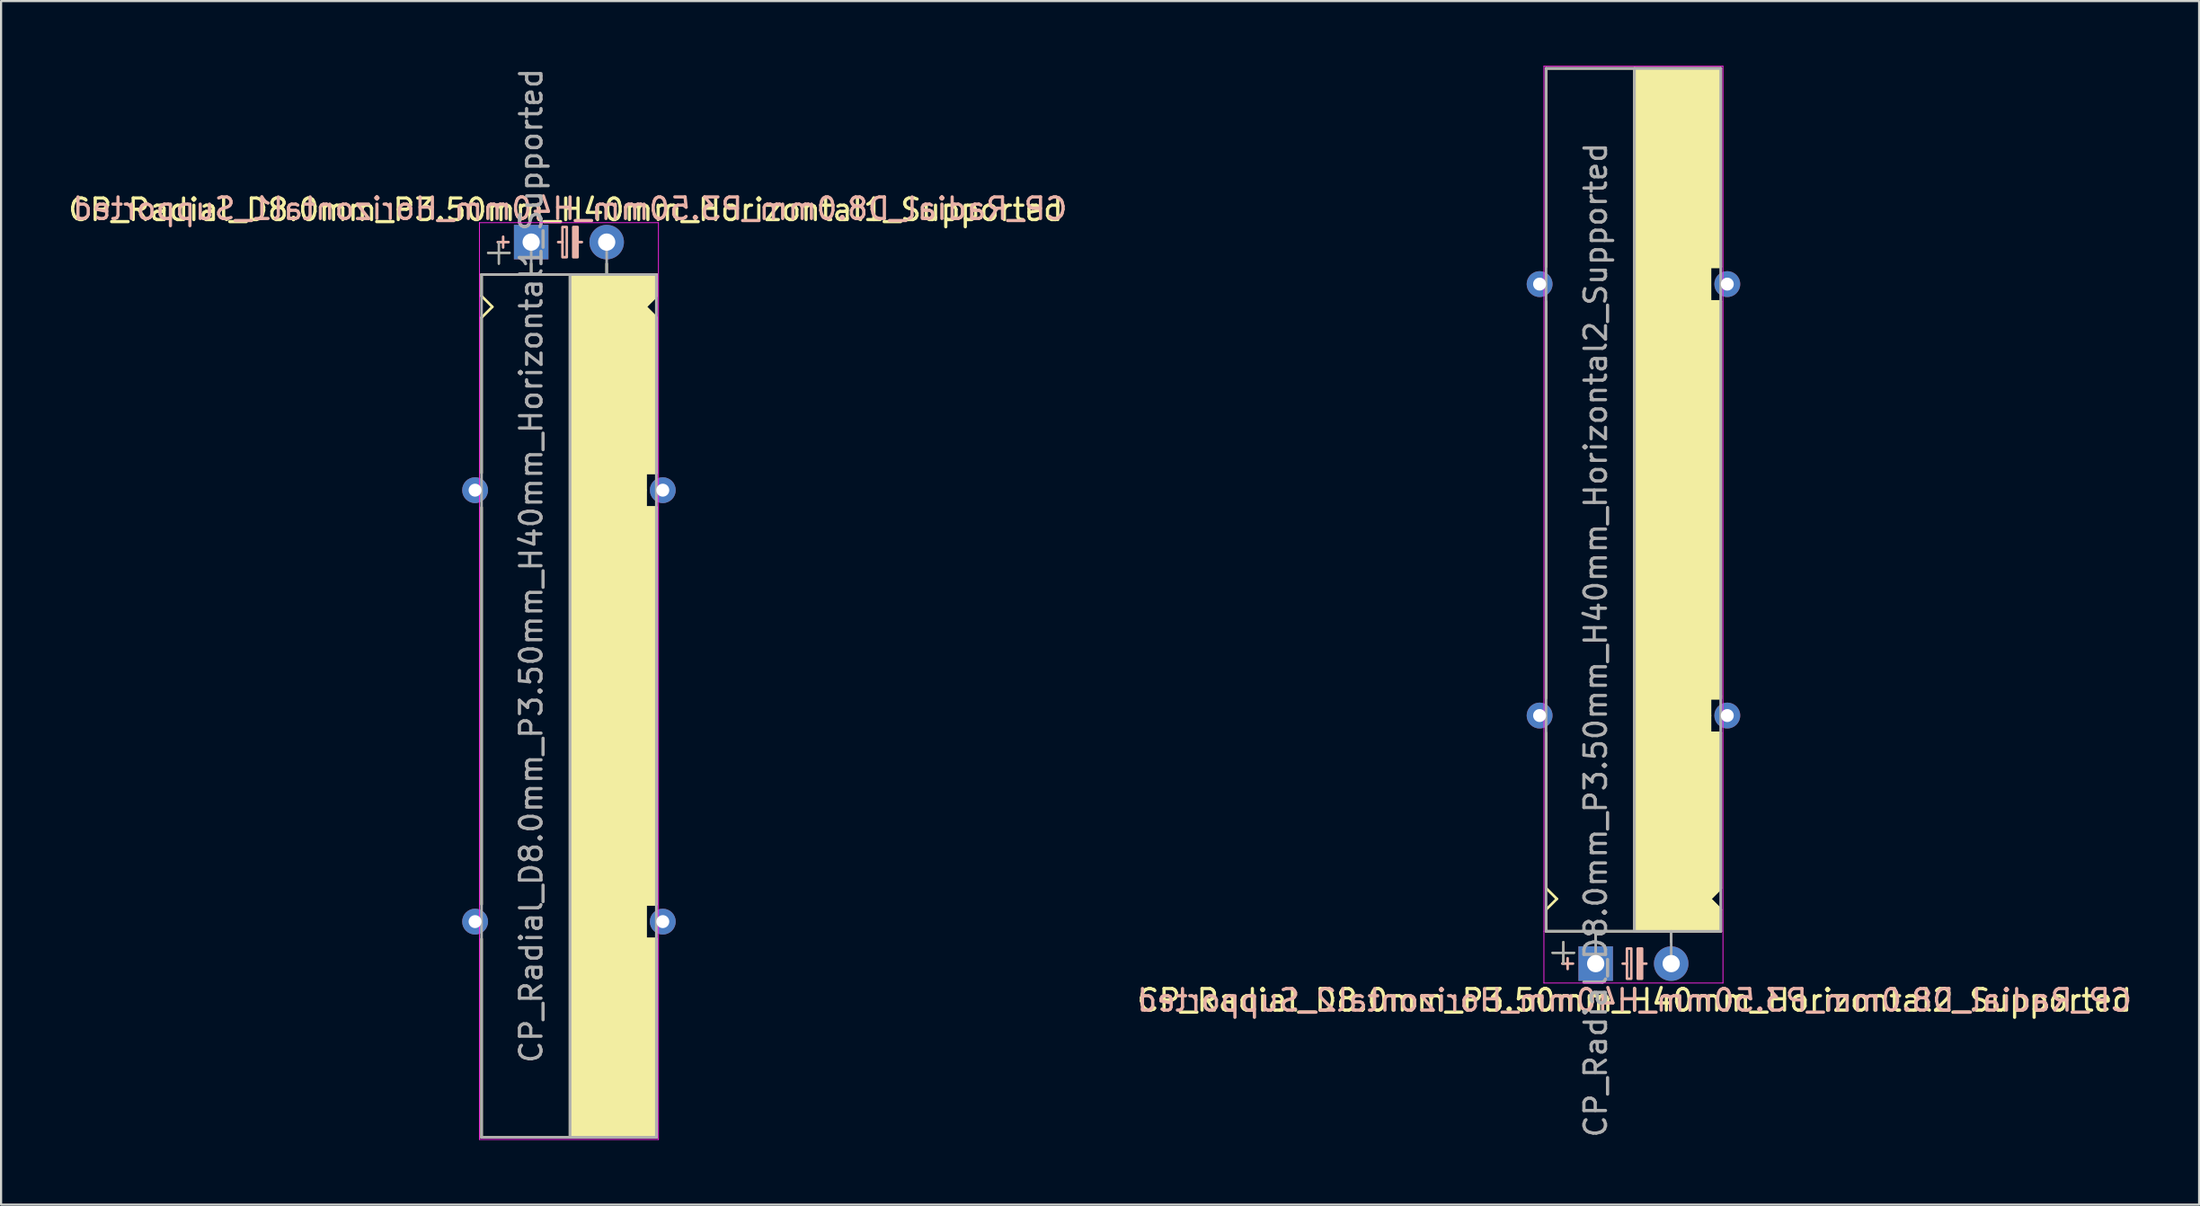
<source format=kicad_pcb>
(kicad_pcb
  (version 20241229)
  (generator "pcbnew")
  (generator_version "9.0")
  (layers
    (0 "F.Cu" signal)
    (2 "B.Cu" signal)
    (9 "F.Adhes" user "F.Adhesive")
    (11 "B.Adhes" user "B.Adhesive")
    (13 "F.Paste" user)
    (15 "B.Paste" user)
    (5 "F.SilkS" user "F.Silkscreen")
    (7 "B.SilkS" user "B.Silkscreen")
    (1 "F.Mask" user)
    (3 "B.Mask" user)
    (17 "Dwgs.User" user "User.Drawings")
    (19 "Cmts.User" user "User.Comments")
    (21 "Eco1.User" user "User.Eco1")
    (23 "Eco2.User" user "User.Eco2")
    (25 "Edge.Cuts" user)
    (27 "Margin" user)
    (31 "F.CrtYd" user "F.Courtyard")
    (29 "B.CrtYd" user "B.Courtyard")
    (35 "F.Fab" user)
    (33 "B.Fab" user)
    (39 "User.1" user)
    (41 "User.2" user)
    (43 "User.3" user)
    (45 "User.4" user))
  (footprint "CP_Radial_D8.0mm_P3.50mm_H40mm_Horizontal1_Supported"
    (layer "F.Cu")
    (at 21.573 8.173)
    (property "Reference" "CP_Radial_D8.0mm_P3.50mm_H40mm_Horizontal1_Supported" (at 1.6 -1.5 0) (layer "F.SilkS") (effects (font (size 1 1) (thickness 0.15))))
    (fp_line (start -2.3 1.5) (end 5.8 1.5) (stroke (width 0.12) (type solid)) (layer "F.SilkS"))
    (fp_line (start -2.3 2.5) (end -2.3 1.5) (stroke (width 0.12) (type solid)) (layer "F.SilkS"))
    (fp_line (start -2.3 3.5) (end -2.3 10.7) (stroke (width 0.12) (type solid)) (layer "F.SilkS"))
    (fp_line (start -2.3 3.5) (end -1.8 3) (stroke (width 0.12) (type solid)) (layer "F.SilkS"))
    (fp_line (start -2.3 12.3) (end -2.3 30.7) (stroke (width 0.12) (type solid)) (layer "F.SilkS"))
    (fp_line (start -2.3 32.3) (end -2.3 41.5) (stroke (width 0.12) (type solid)) (layer "F.SilkS"))
    (fp_line (start -2.3 41.5) (end 5.8 41.5) (stroke (width 0.12) (type solid)) (layer "F.SilkS"))
    (fp_line (start -2 0.5) (end -1 0.5) (stroke (width 0.1) (type solid)) (layer "F.SilkS"))
    (fp_line (start -1.8 3) (end -2.3 2.5) (stroke (width 0.12) (type solid)) (layer "F.SilkS"))
    (fp_line (start -1.5 1) (end -1.5 0) (stroke (width 0.1) (type solid)) (layer "F.SilkS"))
    (fp_line (start 0 1) (end 0 1.5) (stroke (width 0.12) (type solid)) (layer "F.SilkS"))
    (fp_line (start 1.8 41.5) (end 1.8 1.5) (stroke (width 0.12) (type solid)) (layer "F.SilkS"))
    (fp_line (start 3.5 1) (end 3.5 1.5) (stroke (width 0.12) (type solid)) (layer "F.SilkS"))
    (fp_line (start 5.3 3) (end 5.8 2.5) (stroke (width 0.12) (type solid)) (layer "F.SilkS"))
    (fp_line (start 5.3 10.7) (end 5.8 10.7) (stroke (width 0.12) (type solid)) (layer "F.SilkS"))
    (fp_line (start 5.3 11.5) (end 5.3 10.7) (stroke (width 0.12) (type solid)) (layer "F.SilkS"))
    (fp_line (start 5.3 11.5) (end 5.3 12.3) (stroke (width 0.12) (type solid)) (layer "F.SilkS"))
    (fp_line (start 5.3 30.7) (end 5.3 32.3) (stroke (width 0.12) (type solid)) (layer "F.SilkS"))
    (fp_line (start 5.3 30.7) (end 5.8 30.7) (stroke (width 0.12) (type solid)) (layer "F.SilkS"))
    (fp_line (start 5.3 32.3) (end 5.8 32.3) (stroke (width 0.12) (type solid)) (layer "F.SilkS"))
    (fp_line (start 5.8 2.5) (end 5.8 1.5) (stroke (width 0.12) (type solid)) (layer "F.SilkS"))
    (fp_line (start 5.8 3.5) (end 5.3 3) (stroke (width 0.12) (type solid)) (layer "F.SilkS"))
    (fp_line (start 5.8 10.7) (end 5.8 3.5) (stroke (width 0.12) (type solid)) (layer "F.SilkS"))
    (fp_line (start 5.8 12.3) (end 5.3 12.3) (stroke (width 0.12) (type solid)) (layer "F.SilkS"))
    (fp_line (start 5.8 12.4) (end 5.8 12.3) (stroke (width 0.12) (type solid)) (layer "F.SilkS"))
    (fp_line (start 5.8 12.4) (end 5.8 30.7) (stroke (width 0.12) (type solid)) (layer "F.SilkS"))
    (fp_line (start 5.8 32.3) (end 5.8 41.5) (stroke (width 0.12) (type solid)) (layer "F.SilkS"))
    (fp_poly (pts (xy 5.8 2.5) (xy 5.3 3) (xy 5.8 3.5) (xy 5.8 10.7) (xy 5.3 10.7) (xy 5.3 12.3) (xy 5.8 12.3) (xy 5.8 30.7) (xy 5.3 30.7) (xy 5.3 32.3) (xy 5.8 32.3) (xy 5.8 41.5) (xy 1.8 41.5) (xy 1.8 1.5) (xy 5.8 1.5)) (stroke (width 0.1) (type solid)) (fill yes) (layer "F.SilkS"))
    (fp_line (start -1.3 -0.25) (end -1.3 0.25) (stroke (width 0.12) (type solid)) (layer "B.SilkS"))
    (fp_line (start -1.05 0) (end -1.55 0) (stroke (width 0.12) (type solid)) (layer "B.SilkS"))
    (fp_line (start 1.45 0) (end 1.25 0) (stroke (width 0.12) (type solid)) (layer "B.SilkS"))
    (fp_line (start 2.15 0) (end 2.35 0) (stroke (width 0.12) (type solid)) (layer "B.SilkS"))
    (fp_rect (start 1.65 -0.7) (end 1.45 0.7) (stroke (width 0.12) (type solid)) (fill no) (layer "B.SilkS"))
    (fp_rect (start 2.15 -0.7) (end 1.95 0.7) (stroke (width 0.12) (type solid)) (fill yes) (layer "B.SilkS"))
    (fp_line (start -2.4 -0.9) (end 5.9 -0.9) (stroke (width 0.04) (type solid)) (layer "F.CrtYd"))
    (fp_line (start -2.4 1.5) (end -2.4 -0.9) (stroke (width 0.04) (type solid)) (layer "F.CrtYd"))
    (fp_line (start -2.4 41.6) (end -2.4 1.5) (stroke (width 0.04) (type solid)) (layer "F.CrtYd"))
    (fp_line (start 5.9 -0.9) (end 5.9 41.6) (stroke (width 0.04) (type solid)) (layer "F.CrtYd"))
    (fp_line (start 5.9 41.6) (end -2.4 41.6) (stroke (width 0.04) (type solid)) (layer "F.CrtYd"))
    (fp_line (start -2.3 1.5) (end 5.8 1.5) (stroke (width 0.12) (type solid)) (layer "F.Fab"))
    (fp_line (start -2.3 41.5) (end -2.3 1.5) (stroke (width 0.12) (type solid)) (layer "F.Fab"))
    (fp_line (start -2 0.5) (end -1 0.5) (stroke (width 0.1) (type solid)) (layer "F.Fab"))
    (fp_line (start -1.5 1) (end -1.5 0) (stroke (width 0.1) (type solid)) (layer "F.Fab"))
    (fp_line (start 0 1.5) (end 0 0) (stroke (width 0.12) (type solid)) (layer "F.Fab"))
    (fp_line (start 1.8 1.5) (end 1.8 41.5) (stroke (width 0.12) (type solid)) (layer "F.Fab"))
    (fp_line (start 3.5 1.5) (end 3.5 0) (stroke (width 0.12) (type solid)) (layer "F.Fab"))
    (fp_line (start 5.8 1.5) (end 5.8 41.5) (stroke (width 0.12) (type solid)) (layer "F.Fab"))
    (fp_line (start 5.8 41.5) (end -2.3 41.5) (stroke (width 0.12) (type solid)) (layer "F.Fab"))
    (fp_poly (pts (xy 5.8 41.5) (xy 1.8 41.5) (xy 1.8 1.5) (xy 5.8 1.5)) (stroke (width 0.1) (type solid)) (fill no) (layer "F.Fab"))
    (fp_text user "${REFERENCE}" (at 1.8 -1.55 0) (layer "B.SilkS") (effects (font (size 1 1) (thickness 0.15)) (justify mirror)))
    (fp_text user "${REFERENCE}" (at 0 15 90) (layer "F.Fab") (effects (font (size 1 1) (thickness 0.15))))
    (pad "1" thru_hole rect (at 0 0) (size 1.6 1.6) (drill 0.8) (layers "*.Cu" "*.Mask"))
    (pad "2" thru_hole circle (at 3.5 0) (size 1.6 1.6) (drill 0.8) (layers "*.Cu" "*.Mask"))
    (pad "~" thru_hole circle (at -2.6 11.5) (size 1.2 1.2) (drill 0.6) (layers "*.Cu" "*.Mask"))
    (pad "~" thru_hole circle (at -2.6 31.5) (size 1.2 1.2) (drill 0.6) (layers "*.Cu" "*.Mask"))
    (pad "~" thru_hole circle (at 6.1 11.5) (size 1.2 1.2) (drill 0.6) (layers "*.Cu" "*.Mask"))
    (pad "~" thru_hole circle (at 6.1 31.5) (size 1.2 1.2) (drill 0.6) (layers "*.Cu" "*.Mask")))
  (footprint "CP_Radial_D8.0mm_P3.50mm_H40mm_Horizontal2_Supported"
    (layer "F.Cu")
    (at 70.918 41.62)
    (property "Reference" "CP_Radial_D8.0mm_P3.50mm_H40mm_Horizontal2_Supported" (at 1.8 1.7 0) (layer "F.SilkS") (effects (font (size 1 1) (thickness 0.15))))
    (fp_line (start -2.3 -41.5) (end 5.8 -41.5) (stroke (width 0.12) (type solid)) (layer "F.SilkS"))
    (fp_line (start -2.3 -32.3) (end -2.3 -41.5) (stroke (width 0.12) (type solid)) (layer "F.SilkS"))
    (fp_line (start -2.3 -12.3) (end -2.3 -30.7) (stroke (width 0.12) (type solid)) (layer "F.SilkS"))
    (fp_line (start -2.3 -3.5) (end -2.3 -10.7) (stroke (width 0.12) (type solid)) (layer "F.SilkS"))
    (fp_line (start -2.3 -3.5) (end -1.8 -3) (stroke (width 0.12) (type solid)) (layer "F.SilkS"))
    (fp_line (start -2.3 -2.5) (end -2.3 -1.5) (stroke (width 0.12) (type solid)) (layer "F.SilkS"))
    (fp_line (start -2.3 -1.5) (end 5.8 -1.5) (stroke (width 0.12) (type solid)) (layer "F.SilkS"))
    (fp_line (start -2 -0.5) (end -1 -0.5) (stroke (width 0.1) (type solid)) (layer "F.SilkS"))
    (fp_line (start -1.8 -3) (end -2.3 -2.5) (stroke (width 0.12) (type solid)) (layer "F.SilkS"))
    (fp_line (start -1.5 0) (end -1.5 -1) (stroke (width 0.1) (type solid)) (layer "F.SilkS"))
    (fp_line (start 0 -1) (end 0 -1.5) (stroke (width 0.12) (type solid)) (layer "F.SilkS"))
    (fp_line (start 1.8 -41.5) (end 1.8 -1.5) (stroke (width 0.12) (type solid)) (layer "F.SilkS"))
    (fp_line (start 3.5 -1) (end 3.5 -1.5) (stroke (width 0.12) (type solid)) (layer "F.SilkS"))
    (fp_line (start 5.3 -32.3) (end 5.8 -32.3) (stroke (width 0.12) (type solid)) (layer "F.SilkS"))
    (fp_line (start 5.3 -30.7) (end 5.3 -32.3) (stroke (width 0.12) (type solid)) (layer "F.SilkS"))
    (fp_line (start 5.3 -30.7) (end 5.8 -30.7) (stroke (width 0.12) (type solid)) (layer "F.SilkS"))
    (fp_line (start 5.3 -11.5) (end 5.3 -12.3) (stroke (width 0.12) (type solid)) (layer "F.SilkS"))
    (fp_line (start 5.3 -11.5) (end 5.3 -10.7) (stroke (width 0.12) (type solid)) (layer "F.SilkS"))
    (fp_line (start 5.3 -10.7) (end 5.8 -10.7) (stroke (width 0.12) (type solid)) (layer "F.SilkS"))
    (fp_line (start 5.3 -3) (end 5.8 -2.5) (stroke (width 0.12) (type solid)) (layer "F.SilkS"))
    (fp_line (start 5.8 -32.3) (end 5.8 -41.5) (stroke (width 0.12) (type solid)) (layer "F.SilkS"))
    (fp_line (start 5.8 -12.4) (end 5.8 -30.7) (stroke (width 0.12) (type solid)) (layer "F.SilkS"))
    (fp_line (start 5.8 -12.4) (end 5.8 -12.3) (stroke (width 0.12) (type solid)) (layer "F.SilkS"))
    (fp_line (start 5.8 -12.3) (end 5.3 -12.3) (stroke (width 0.12) (type solid)) (layer "F.SilkS"))
    (fp_line (start 5.8 -10.7) (end 5.8 -3.5) (stroke (width 0.12) (type solid)) (layer "F.SilkS"))
    (fp_line (start 5.8 -3.5) (end 5.3 -3) (stroke (width 0.12) (type solid)) (layer "F.SilkS"))
    (fp_line (start 5.8 -2.5) (end 5.8 -1.5) (stroke (width 0.12) (type solid)) (layer "F.SilkS"))
    (fp_poly (pts (xy 5.8 -2.5) (xy 5.3 -3) (xy 5.8 -3.5) (xy 5.8 -10.7) (xy 5.3 -10.7) (xy 5.3 -12.3) (xy 5.8 -12.3) (xy 5.8 -30.7) (xy 5.3 -30.7) (xy 5.3 -32.3) (xy 5.8 -32.3) (xy 5.8 -41.5) (xy 1.8 -41.5) (xy 1.8 -1.5) (xy 5.8 -1.5)) (stroke (width 0.1) (type solid)) (fill yes) (layer "F.SilkS"))
    (fp_line (start -1.3 -0.25) (end -1.3 0.25) (stroke (width 0.12) (type solid)) (layer "B.SilkS"))
    (fp_line (start -1.05 0) (end -1.55 0) (stroke (width 0.12) (type solid)) (layer "B.SilkS"))
    (fp_line (start 1.45 0) (end 1.25 0) (stroke (width 0.12) (type solid)) (layer "B.SilkS"))
    (fp_line (start 2.15 0) (end 2.35 0) (stroke (width 0.12) (type solid)) (layer "B.SilkS"))
    (fp_rect (start 1.65 -0.7) (end 1.45 0.7) (stroke (width 0.12) (type solid)) (fill no) (layer "B.SilkS"))
    (fp_rect (start 2.15 -0.7) (end 1.95 0.7) (stroke (width 0.12) (type solid)) (fill yes) (layer "B.SilkS"))
    (fp_line (start -2.4 -41.6) (end -2.4 -1.5) (stroke (width 0.04) (type solid)) (layer "F.CrtYd"))
    (fp_line (start -2.4 -1.5) (end -2.4 0.9) (stroke (width 0.04) (type solid)) (layer "F.CrtYd"))
    (fp_line (start -2.4 0.9) (end 5.9 0.9) (stroke (width 0.04) (type solid)) (layer "F.CrtYd"))
    (fp_line (start 5.9 -41.6) (end -2.4 -41.6) (stroke (width 0.04) (type solid)) (layer "F.CrtYd"))
    (fp_line (start 5.9 0.9) (end 5.9 -41.6) (stroke (width 0.04) (type solid)) (layer "F.CrtYd"))
    (fp_line (start -2.3 -41.5) (end -2.3 -1.5) (stroke (width 0.12) (type solid)) (layer "F.Fab"))
    (fp_line (start -2.3 -1.5) (end 5.8 -1.5) (stroke (width 0.12) (type solid)) (layer "F.Fab"))
    (fp_line (start -2 -0.5) (end -1 -0.5) (stroke (width 0.1) (type solid)) (layer "F.Fab"))
    (fp_line (start -1.5 0) (end -1.5 -1) (stroke (width 0.1) (type solid)) (layer "F.Fab"))
    (fp_line (start 0 -1.5) (end 0 0) (stroke (width 0.12) (type solid)) (layer "F.Fab"))
    (fp_line (start 1.8 -1.5) (end 1.8 -41.5) (stroke (width 0.12) (type solid)) (layer "F.Fab"))
    (fp_line (start 3.5 -1.5) (end 3.5 0) (stroke (width 0.12) (type solid)) (layer "F.Fab"))
    (fp_line (start 5.8 -41.5) (end -2.3 -41.5) (stroke (width 0.12) (type solid)) (layer "F.Fab"))
    (fp_line (start 5.8 -1.5) (end 5.8 -41.5) (stroke (width 0.12) (type solid)) (layer "F.Fab"))
    (fp_poly (pts (xy 5.8 -41.5) (xy 1.8 -41.5) (xy 1.8 -1.5) (xy 5.8 -1.5)) (stroke (width 0.1) (type solid)) (fill no) (layer "F.Fab"))
    (fp_text user "${REFERENCE}" (at 1.8 1.7 0) (layer "B.SilkS") (effects (font (size 1 1) (thickness 0.15)) (justify mirror)))
    (fp_text user "${REFERENCE}" (at 0 -15 90) (layer "F.Fab") (effects (font (size 1 1) (thickness 0.15))))
    (pad "1" thru_hole rect (at 0 0) (size 1.6 1.6) (drill 0.8) (layers "*.Cu" "*.Mask"))
    (pad "2" thru_hole circle (at 3.5 0) (size 1.6 1.6) (drill 0.8) (layers "*.Cu" "*.Mask"))
    (pad "~" thru_hole circle (at -2.6 -31.5 180) (size 1.2 1.2) (drill 0.6) (layers "*.Cu" "*.Mask"))
    (pad "~" thru_hole circle (at -2.6 -11.5 180) (size 1.2 1.2) (drill 0.6) (layers "*.Cu" "*.Mask"))
    (pad "~" thru_hole circle (at 6.1 -31.5 180) (size 1.2 1.2) (drill 0.6) (layers "*.Cu" "*.Mask"))
    (pad "~" thru_hole circle (at 6.1 -11.5 180) (size 1.2 1.2) (drill 0.6) (layers "*.Cu" "*.Mask")))
  (gr_rect
    (start -3 -3)
    (end 98.89 52.793)
    (stroke (width 0.1) (type default))
    (fill no)
    (layer "Edge.Cuts")))
</source>
